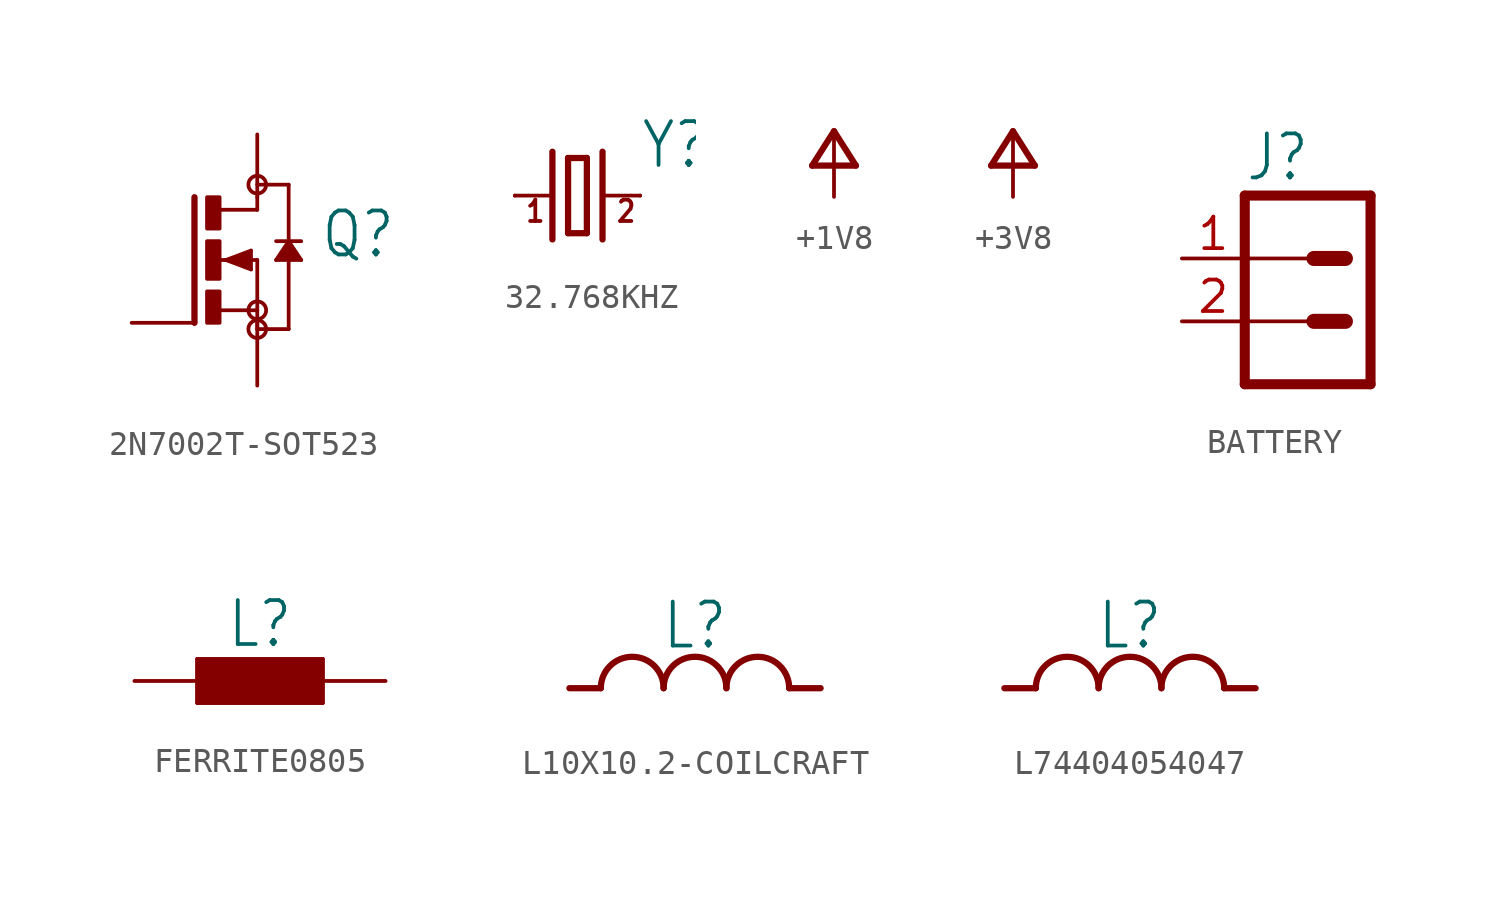
<source format=kicad_sym>
(kicad_symbol_lib
  (version 20231120)
  (generator "kicad_symbol_editor")
  (generator_version "8.0")
  (symbol "2N7002T-SOT523"
    (property "Reference" "Q"
      (at 2.54 0 0)
      (effects (font (size 1.778 1.511)) (justify left bottom)))
    (property "Value" ""
      (at 2.54 -2.54 0)
      (effects (font (size 1.778 1.511)) (justify left bottom)))
    (property "ki_locked" ""
      (at 0 0 0)
      (effects (font (size 1.27 1.27))))
    (symbol "2N7002T-SOT523_1_0"
      (rectangle (start -2.032 -2.54) (end -1.524 -1.27) (stroke (width 0) (type default)) (fill (type outline)))
      (rectangle (start -2.032 -0.762) (end -1.524 0.762) (stroke (width 0) (type default)) (fill (type outline)))
      (rectangle (start -2.032 1.27) (end -1.524 2.54) (stroke (width 0) (type default)) (fill (type outline)))
      (circle (center 0 -2.794) (radius 0.359) (stroke (width 0) (type solid)) (fill (type none)))
      (circle (center 0 -2.032) (radius 0.359) (stroke (width 0) (type solid)) (fill (type none)))
      (polyline (pts (xy -2.54 2.54) (xy -2.54 -2.54)) (stroke (width 0.254) (type solid)) (fill (type none)))
      (polyline (pts (xy -1.524 -2.032) (xy 0 -2.032)) (stroke (width 0.152) (type solid)) (fill (type none)))
      (polyline (pts (xy -1.524 0) (xy -1.27 0)) (stroke (width 0.152) (type solid)) (fill (type none)))
      (polyline (pts (xy -1.524 2.032) (xy 0 2.032)) (stroke (width 0.152) (type solid)) (fill (type none)))
      (polyline (pts (xy -1.27 0) (xy -1.016 0)) (stroke (width 0.152) (type solid)) (fill (type none)))
      (polyline (pts (xy -1.27 0) (xy -0.254 0.381)) (stroke (width 0.152) (type solid)) (fill (type none)))
      (polyline (pts (xy -1.016 0) (xy -0.889 0)) (stroke (width 0.152) (type solid)) (fill (type none)))
      (polyline (pts (xy -1.016 0) (xy -0.381 -0.254)) (stroke (width 0.254) (type solid)) (fill (type none)))
      (polyline (pts (xy -0.889 0) (xy 0 0)) (stroke (width 0.152) (type solid)) (fill (type none)))
      (polyline (pts (xy -0.381 -0.254) (xy -0.381 0.254)) (stroke (width 0.254) (type solid)) (fill (type none)))
      (polyline (pts (xy -0.381 0.254) (xy -0.889 0)) (stroke (width 0.254) (type solid)) (fill (type none)))
      (polyline (pts (xy -0.254 -0.381) (xy -1.27 0)) (stroke (width 0.152) (type solid)) (fill (type none)))
      (polyline (pts (xy -0.254 0.381) (xy -0.254 -0.381)) (stroke (width 0.152) (type solid)) (fill (type none)))
      (polyline (pts (xy 0 -2.032) (xy 0 -2.794)) (stroke (width 0.152) (type solid)) (fill (type none)))
      (polyline (pts (xy 0 0) (xy 0 -2.032)) (stroke (width 0.152) (type solid)) (fill (type none)))
      (polyline (pts (xy 0 2.032) (xy 0 2.54)) (stroke (width 0.152) (type solid)) (fill (type none)))
      (polyline (pts (xy 0 3.048) (xy 1.27 3.048)) (stroke (width 0.152) (type solid)) (fill (type none)))
      (polyline (pts (xy 0.762 0) (xy 1.27 0.762)) (stroke (width 0.152) (type solid)) (fill (type none)))
      (polyline (pts (xy 1.016 0.127) (xy 1.524 0.127)) (stroke (width 0.254) (type solid)) (fill (type none)))
      (polyline (pts (xy 1.27 -2.794) (xy 0 -2.794)) (stroke (width 0.152) (type solid)) (fill (type none)))
      (polyline (pts (xy 1.27 0.508) (xy 1.016 0.127)) (stroke (width 0.254) (type solid)) (fill (type none)))
      (polyline (pts (xy 1.27 0.508) (xy 1.27 -2.794)) (stroke (width 0.152) (type solid)) (fill (type none)))
      (polyline (pts (xy 1.27 0.762) (xy 1.27 0.508)) (stroke (width 0.152) (type solid)) (fill (type none)))
      (polyline (pts (xy 1.27 0.762) (xy 1.778 0)) (stroke (width 0.152) (type solid)) (fill (type none)))
      (polyline (pts (xy 1.27 3.048) (xy 1.27 0.762)) (stroke (width 0.152) (type solid)) (fill (type none)))
      (polyline (pts (xy 1.524 0.127) (xy 1.27 0.508)) (stroke (width 0.254) (type solid)) (fill (type none)))
      (polyline (pts (xy 1.778 0) (xy 0.762 0)) (stroke (width 0.152) (type solid)) (fill (type none)))
      (polyline (pts (xy 1.778 0.762) (xy 0.762 0.762)) (stroke (width 0.152) (type solid)) (fill (type none)))
      (circle (center 0 3.048) (radius 0.359) (stroke (width 0) (type solid)) (fill (type none)))
      (pin passive line (at 0 5.08 270) (length 2.54) (name "D" (effects (font (size 0 0)))) (number "D" (effects (font (size 0 0)))))
      (pin passive line (at -5.08 -2.54 0) (length 2.54) (name "G" (effects (font (size 0 0)))) (number "G" (effects (font (size 0 0)))))
      (pin passive line (at 0 -5.08 90) (length 2.54) (name "S" (effects (font (size 0 0)))) (number "S" (effects (font (size 0 0)))))))
  (symbol "32.768KHZ"
    (property "Reference" "Y"
      (at 2.54 1.016 0)
      (effects (font (size 1.778 1.511)) (justify left bottom)))
    (property "Value" ""
      (at 2.54 -2.54 0)
      (effects (font (size 1.778 1.511)) (justify left bottom)))
    (property "ki_locked" ""
      (at 0 0 0)
      (effects (font (size 1.27 1.27))))
    (symbol "32.768KHZ_1_0"
      (polyline (pts (xy -2.54 0) (xy -1.016 0)) (stroke (width 0.152) (type solid)) (fill (type none)))
      (polyline (pts (xy -1.016 1.778) (xy -1.016 -1.778)) (stroke (width 0.254) (type solid)) (fill (type none)))
      (polyline (pts (xy -0.381 -1.524) (xy 0.381 -1.524)) (stroke (width 0.254) (type solid)) (fill (type none)))
      (polyline (pts (xy -0.381 1.524) (xy -0.381 -1.524)) (stroke (width 0.254) (type solid)) (fill (type none)))
      (polyline (pts (xy 0.381 -1.524) (xy 0.381 1.524)) (stroke (width 0.254) (type solid)) (fill (type none)))
      (polyline (pts (xy 0.381 1.524) (xy -0.381 1.524)) (stroke (width 0.254) (type solid)) (fill (type none)))
      (polyline (pts (xy 1.016 0) (xy 2.54 0)) (stroke (width 0.152) (type solid)) (fill (type none)))
      (polyline (pts (xy 1.016 1.778) (xy 1.016 -1.778)) (stroke (width 0.254) (type solid)) (fill (type none)))
      (text "1" (at -2.159 -1.143 0) (effects (font (size 0.864 0.734)) (justify left bottom)))
      (text "2" (at 1.524 -1.143 0) (effects (font (size 0.864 0.734)) (justify left bottom)))
      (pin passive line (at -2.54 0 0) (length 0) (name "1" (effects (font (size 0 0)))) (number "1" (effects (font (size 0 0)))))
      (pin passive line (at 2.54 0 180) (length 0) (name "2" (effects (font (size 0 0)))) (number "2" (effects (font (size 0 0)))))))
  (symbol "+1V8"
    (power)
    (property "Reference" "#+1V8"
      (at 0 0 0)
      (effects (font (size 1.27 1.27)) (hide yes)))
    (property "Value" ""
      (at 0 0.508 0)
      (effects (font (size 1.778 1.511)) (justify bottom)))
    (property "ki_locked" ""
      (at 0 0 0)
      (effects (font (size 1.27 1.27))))
    (symbol "+1V8_1_0"
      (polyline (pts (xy -0.889 -1.27) (xy 0.889 -1.27)) (stroke (width 0.254) (type solid)) (fill (type none)))
      (polyline (pts (xy 0 0.127) (xy -0.889 -1.27)) (stroke (width 0.254) (type solid)) (fill (type none)))
      (polyline (pts (xy 0.889 -1.27) (xy 0 0.127)) (stroke (width 0.254) (type solid)) (fill (type none)))
      (pin power_in line (at 0 -2.54 90) (length 2.54) (name "+1V8" (effects (font (size 0 0)))) (number "1" (effects (font (size 0 0)))))))
  (symbol "+3V8"
    (power)
    (property "Reference" "#+3V8"
      (at 0 0 0)
      (effects (font (size 1.27 1.27)) (hide yes)))
    (property "Value" ""
      (at 0 0.508 0)
      (effects (font (size 1.778 1.511)) (justify bottom)))
    (property "ki_locked" ""
      (at 0 0 0)
      (effects (font (size 1.27 1.27))))
    (symbol "+3V8_1_0"
      (polyline (pts (xy -0.889 -1.27) (xy 0.889 -1.27)) (stroke (width 0.254) (type solid)) (fill (type none)))
      (polyline (pts (xy 0 0.127) (xy -0.889 -1.27)) (stroke (width 0.254) (type solid)) (fill (type none)))
      (polyline (pts (xy 0.889 -1.27) (xy 0 0.127)) (stroke (width 0.254) (type solid)) (fill (type none)))
      (pin power_in line (at 0 -2.54 90) (length 2.54) (name "+3V8" (effects (font (size 0 0)))) (number "1" (effects (font (size 0 0)))))))
  (symbol "BATTERY"
    (property "Reference" "J"
      (at -2.54 3.048 0)
      (effects (font (size 1.778 1.511)) (justify left bottom)))
    (property "ki_locked" ""
      (at 0 0 0)
      (effects (font (size 1.27 1.27))))
    (symbol "BATTERY_1_0"
      (polyline (pts (xy -2.54 -2.54) (xy -2.54 -5.08)) (stroke (width 0.406) (type solid)) (fill (type none)))
      (polyline (pts (xy -2.54 -2.54) (xy 0 -2.54)) (stroke (width 0.152) (type solid)) (fill (type none)))
      (polyline (pts (xy -2.54 0) (xy -2.54 -2.54)) (stroke (width 0.406) (type solid)) (fill (type none)))
      (polyline (pts (xy -2.54 0) (xy 0 0)) (stroke (width 0.152) (type solid)) (fill (type none)))
      (polyline (pts (xy -2.54 2.54) (xy -2.54 0)) (stroke (width 0.406) (type solid)) (fill (type none)))
      (polyline (pts (xy -2.54 2.54) (xy 2.54 2.54)) (stroke (width 0.406) (type solid)) (fill (type none)))
      (polyline (pts (xy 0.254 -2.54) (xy 1.524 -2.54)) (stroke (width 0.61) (type solid)) (fill (type none)))
      (polyline (pts (xy 0.254 0) (xy 1.524 0)) (stroke (width 0.61) (type solid)) (fill (type none)))
      (polyline (pts (xy 2.54 -5.08) (xy -2.54 -5.08)) (stroke (width 0.406) (type solid)) (fill (type none)))
      (polyline (pts (xy 2.54 -5.08) (xy 2.54 2.54)) (stroke (width 0.406) (type solid)) (fill (type none)))
      (pin passive line (at -5.08 0 0) (length 2.54) (name "1" (effects (font (size 0 0)))) (number "1" (effects (font (size 1.27 1.27)))))
      (pin passive line (at -5.08 -2.54 0) (length 2.54) (name "2" (effects (font (size 0 0)))) (number "2" (effects (font (size 1.27 1.27)))))
      (pin passive line (at 0 -5.08 0) (length 0) (name "SH" (effects (font (size 0 0)))) (number "3" (effects (font (size 0 0)))))
      (pin passive line (at 0 -5.08 0) (length 0) (name "SH" (effects (font (size 0 0)))) (number "4" (effects (font (size 0 0)))))))
  (symbol "FERRITE0805"
    (property "Reference" "L"
      (at 0 1.27 0)
      (effects (font (size 1.778 1.511)) (justify bottom)))
    (property "Value" ""
      (at 0 -1.27 0)
      (effects (font (size 1.778 1.511)) (justify top)))
    (property "ki_locked" ""
      (at 0 0 0)
      (effects (font (size 1.27 1.27))))
    (symbol "FERRITE0805_1_0"
      (rectangle (start -2.54 -0.889) (end 2.54 0.889) (stroke (width 0) (type default)) (fill (type outline)))
      (polyline (pts (xy -2.54 -0.889) (xy -2.54 0.889)) (stroke (width 0.152) (type solid)) (fill (type none)))
      (polyline (pts (xy -2.54 0.889) (xy 2.54 0.889)) (stroke (width 0.152) (type solid)) (fill (type none)))
      (polyline (pts (xy 2.54 -0.889) (xy -2.54 -0.889)) (stroke (width 0.152) (type solid)) (fill (type none)))
      (polyline (pts (xy 2.54 0.889) (xy 2.54 -0.889)) (stroke (width 0.152) (type solid)) (fill (type none)))
      (pin passive line (at -5.08 0 0) (length 2.54) (name "1" (effects (font (size 0 0)))) (number "1" (effects (font (size 0 0)))))
      (pin passive line (at 5.08 0 180) (length 2.54) (name "2" (effects (font (size 0 0)))) (number "2" (effects (font (size 0 0)))))))
  (symbol "L10X10.2-COILCRAFT"
    (property "Reference" "L"
      (at 0 2.54 0)
      (effects (font (size 1.778 1.511))))
    (property "Value" ""
      (at 0 -1.27 0)
      (effects (font (size 1.778 1.511))))
    (property "ki_locked" ""
      (at 0 0 0)
      (effects (font (size 1.27 1.27))))
    (symbol "L10X10.2-COILCRAFT_1_0"
      (arc (start -1.27 0) (mid -2.54 1.27) (end -3.81 0) (stroke (width 0.254) (type solid)) (fill (type none)))
      (polyline (pts (xy -5.08 0) (xy -3.81 0)) (stroke (width 0.254) (type solid)) (fill (type none)))
      (polyline (pts (xy 3.81 0) (xy 5.08 0)) (stroke (width 0.254) (type solid)) (fill (type none)))
      (arc (start 1.27 0) (mid 0 1.27) (end -1.27 0) (stroke (width 0.254) (type solid)) (fill (type none)))
      (arc (start 3.81 0) (mid 2.54 1.27) (end 1.27 0) (stroke (width 0.254) (type solid)) (fill (type none)))
      (pin passive line (at -5.08 0 0) (length 0) (name "1" (effects (font (size 0 0)))) (number "1" (effects (font (size 0 0)))))
      (pin passive line (at 5.08 0 180) (length 0) (name "2" (effects (font (size 0 0)))) (number "2" (effects (font (size 0 0)))))))
  (symbol "L74404054047"
    (property "Reference" "L"
      (at 0 2.54 0)
      (effects (font (size 1.778 1.511))))
    (property "Value" ""
      (at 0 -1.27 0)
      (effects (font (size 1.778 1.511))))
    (property "ki_locked" ""
      (at 0 0 0)
      (effects (font (size 1.27 1.27))))
    (symbol "L74404054047_1_0"
      (arc (start -1.27 0) (mid -2.54 1.27) (end -3.81 0) (stroke (width 0.254) (type solid)) (fill (type none)))
      (polyline (pts (xy -5.08 0) (xy -3.81 0)) (stroke (width 0.254) (type solid)) (fill (type none)))
      (polyline (pts (xy 3.81 0) (xy 5.08 0)) (stroke (width 0.254) (type solid)) (fill (type none)))
      (arc (start 1.27 0) (mid 0 1.27) (end -1.27 0) (stroke (width 0.254) (type solid)) (fill (type none)))
      (arc (start 3.81 0) (mid 2.54 1.27) (end 1.27 0) (stroke (width 0.254) (type solid)) (fill (type none)))
      (pin passive line (at -5.08 0 0) (length 0) (name "1" (effects (font (size 0 0)))) (number "P$1" (effects (font (size 0 0)))))
      (pin passive line (at 5.08 0 180) (length 0) (name "2" (effects (font (size 0 0)))) (number "P$2" (effects (font (size 0 0))))))))
</source>
